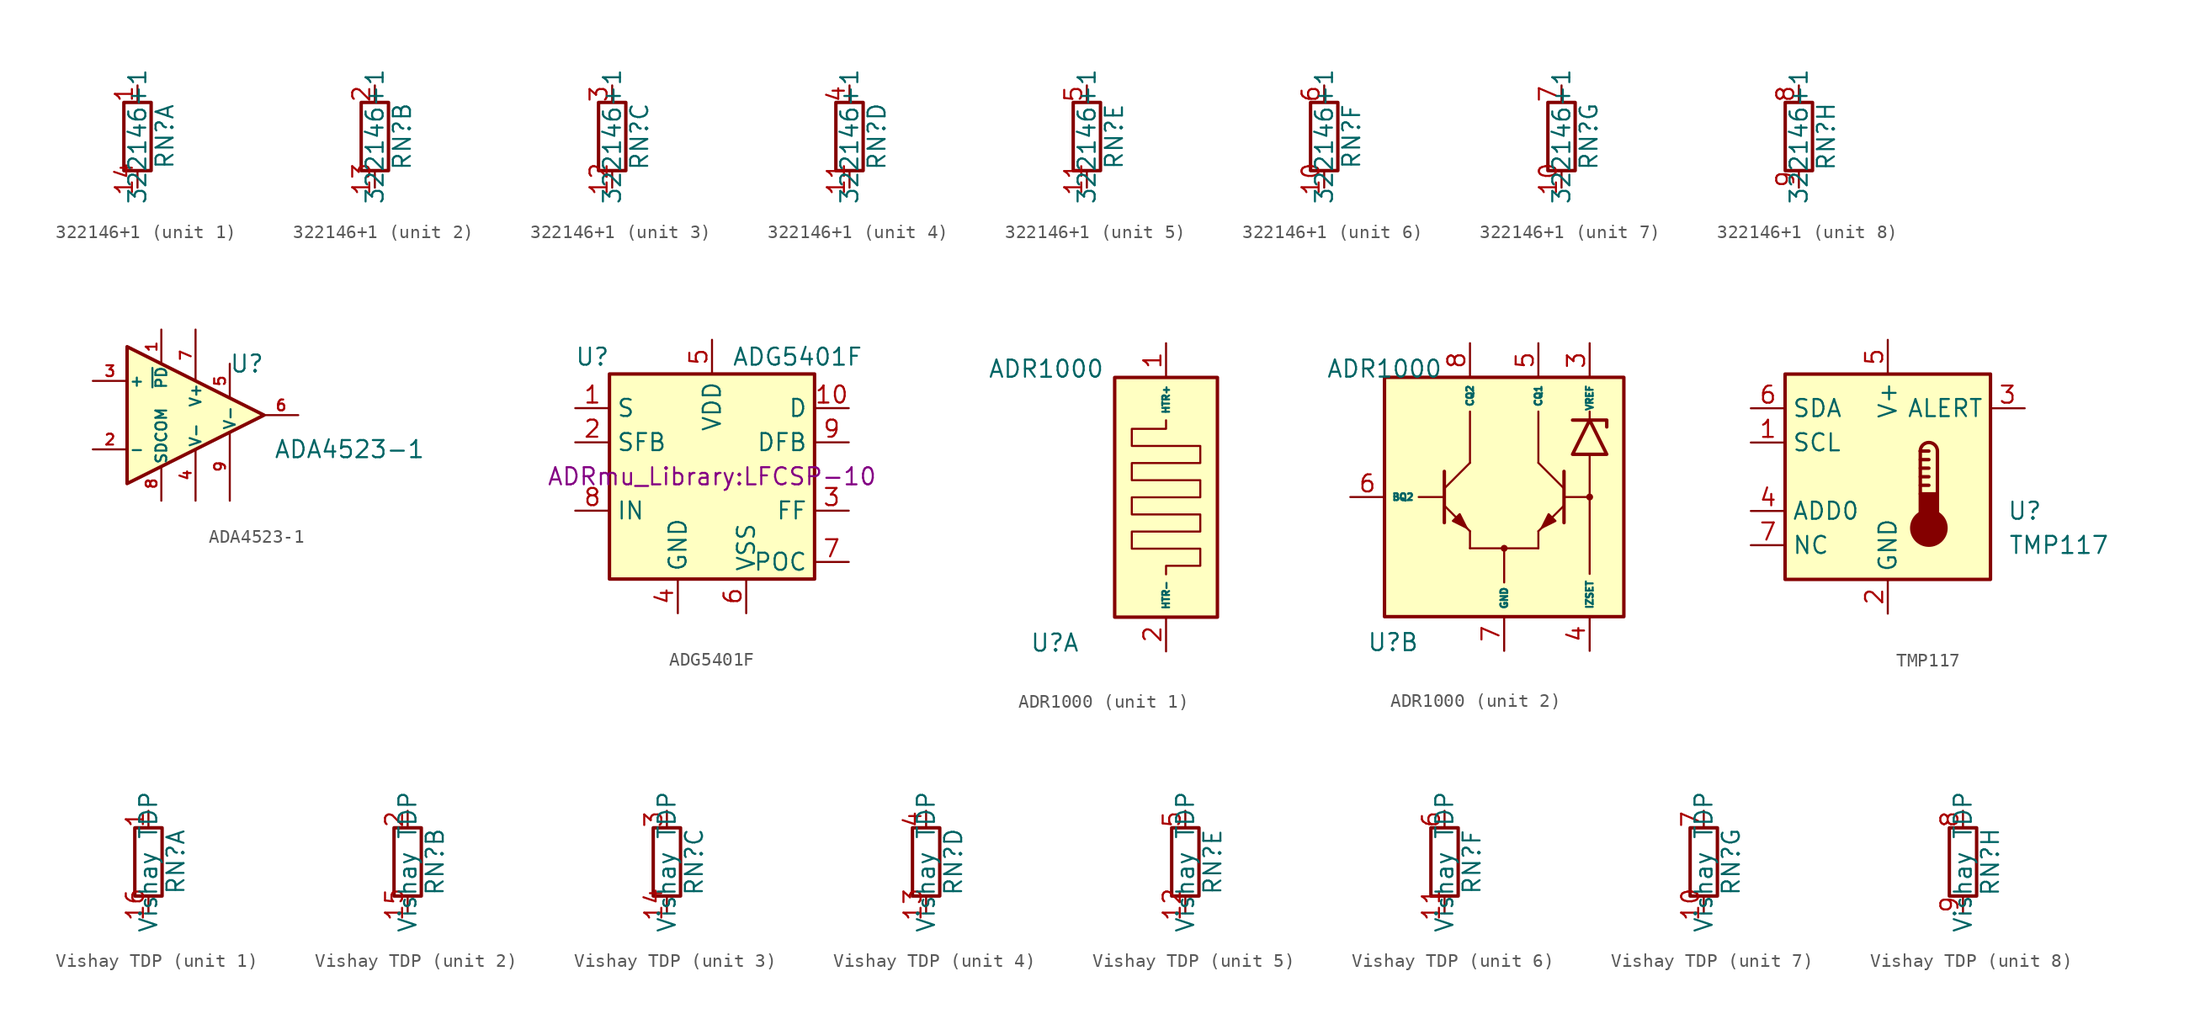
<source format=kicad_sym>
(kicad_symbol_lib
  (version 20211014)
  (generator kicad_symbol_editor)
  (symbol "322146+1"
    (pin_names
      (offset 0) hide)
    (property "Reference" "RN"
      (at 2.032 0 90)
      (effects (font (size 1.27 1.27))))
    (property "Value" "322146+1"
      (at 0 0 90)
      (effects (font (size 1.27 1.27))))
    (symbol "322146+1_0_1"
      (rectangle (start 1.016 2.54) (end -1.016 -2.54) (stroke (width 0.254) (type default) (color 0 0 0 0)) (fill (type none))))
    (symbol "322146+1_1_1"
      (pin passive line (at 0 3.81 270) (length 1.27) (name "1.1" (effects (font (size 1.27 1.27)))) (number "1" (effects (font (size 1.27 1.27)))))
      (pin passive line (at 0 -3.81 90) (length 1.27) (name "1.2" (effects (font (size 1.27 1.27)))) (number "14" (effects (font (size 1.27 1.27))))))
    (symbol "322146+1_2_1"
      (pin passive line (at 0 -3.81 90) (length 1.27) (name "R2.2" (effects (font (size 1.27 1.27)))) (number "13" (effects (font (size 1.27 1.27)))))
      (pin passive line (at 0 3.81 270) (length 1.27) (name "R2.1" (effects (font (size 1.27 1.27)))) (number "2" (effects (font (size 1.27 1.27))))))
    (symbol "322146+1_3_1"
      (pin passive line (at 0 -3.81 90) (length 1.27) (name "R3.2" (effects (font (size 1.27 1.27)))) (number "12" (effects (font (size 1.27 1.27)))))
      (pin passive line (at 0 3.81 270) (length 1.27) (name "R3.1" (effects (font (size 1.27 1.27)))) (number "3" (effects (font (size 1.27 1.27))))))
    (symbol "322146+1_4_1"
      (pin passive line (at 0 -3.81 90) (length 1.27) (name "R4.2" (effects (font (size 1.27 1.27)))) (number "11" (effects (font (size 1.27 1.27)))))
      (pin passive line (at 0 3.81 270) (length 1.27) (name "R4.1" (effects (font (size 1.27 1.27)))) (number "4" (effects (font (size 1.27 1.27))))))
    (symbol "322146+1_5_1"
      (pin passive line (at 0 -3.81 90) (length 1.27) (name "R5.2" (effects (font (size 1.27 1.27)))) (number "11" (effects (font (size 1.27 1.27)))))
      (pin passive line (at 0 3.81 270) (length 1.27) (name "R5.1" (effects (font (size 1.27 1.27)))) (number "5" (effects (font (size 1.27 1.27))))))
    (symbol "322146+1_6_1"
      (pin passive line (at 0 -3.81 90) (length 1.27) (name "R6.2" (effects (font (size 1.27 1.27)))) (number "10" (effects (font (size 1.27 1.27)))))
      (pin passive line (at 0 3.81 270) (length 1.27) (name "R6.1" (effects (font (size 1.27 1.27)))) (number "6" (effects (font (size 1.27 1.27))))))
    (symbol "322146+1_7_1"
      (pin passive line (at 0 -3.81 90) (length 1.27) (name "R7.2" (effects (font (size 1.27 1.27)))) (number "10" (effects (font (size 1.27 1.27)))))
      (pin passive line (at 0 3.81 270) (length 1.27) (name "R7.1" (effects (font (size 1.27 1.27)))) (number "7" (effects (font (size 1.27 1.27))))))
    (symbol "322146+1_8_1"
      (pin passive line (at 0 3.81 270) (length 1.27) (name "1.1" (effects (font (size 1.27 1.27)))) (number "8" (effects (font (size 1.27 1.27)))))
      (pin passive line (at 0 -3.81 90) (length 1.27) (name "8..2" (effects (font (size 1.27 1.27)))) (number "9" (effects (font (size 1.27 1.27)))))))
  (symbol "ADA4523-1"
    (pin_names
      (offset 0.127))
    (property "Reference" "U"
      (at 3.81 3.81 0)
      (effects (font (size 1.27 1.27))))
    (property "Value" "ADA4523-1"
      (at 11.43 -2.54 0)
      (effects (font (size 1.27 1.27))))
    (symbol "ADA4523-1_1_1"
      (polyline (pts (xy -5.08 5.08) (xy 5.08 0) (xy -5.08 -5.08) (xy -5.08 5.08)) (stroke (width 0.254) (type default) (color 0 0 0 0)) (fill (type background)))
      (pin input line (at -2.54 6.35 270) (length 2.54) (name "~{PD}" (effects (font (size 0.8 0.8)))) (number "1" (effects (font (size 0.8 0.8)))))
      (pin input line (at -7.62 -2.54 0) (length 2.54) (name "-" (effects (font (size 0.8 0.8)))) (number "2" (effects (font (size 0.8 0.8)))))
      (pin input line (at -7.62 2.54 0) (length 2.54) (name "+" (effects (font (size 0.8 0.8)))) (number "3" (effects (font (size 0.8 0.8)))))
      (pin power_in line (at 0 -6.35 90) (length 3.81) (name "V-" (effects (font (size 0.8 0.8)))) (number "4" (effects (font (size 0.8 0.8)))))
      (pin free line (at 2.54 3.81 270) (length 2.54) (name "" (effects (font (size 0.8 0.8)))) (number "5" (effects (font (size 0.8 0.8)))))
      (pin output line (at 7.62 0 180) (length 2.54) (name "~" (effects (font (size 0.8 0.8)))) (number "6" (effects (font (size 0.8 0.8)))))
      (pin power_in line (at 0 6.35 270) (length 3.81) (name "V+" (effects (font (size 0.8 0.8)))) (number "7" (effects (font (size 0.8 0.8)))))
      (pin passive line (at -2.54 -6.35 90) (length 2.54) (name "SDCOM" (effects (font (size 0.8 0.8)))) (number "8" (effects (font (size 0.8 0.8)))))
      (pin power_in line (at 2.54 -6.35 90) (length 5.08) (name "V-" (effects (font (size 0.8 0.8)))) (number "9" (effects (font (size 0.8 0.8)))))))
  (symbol "ADG5401F"
    (property "Reference" "U"
      (at -8.89 8.89 0)
      (effects (font (size 1.27 1.27))))
    (property "Value" "ADG5401F"
      (at 6.35 8.89 0)
      (effects (font (size 1.27 1.27))))
    (property "Footprint" "ADRmu_Library:LFCSP-10"
      (at 0 0 0)
      (effects (font (size 1.27 1.27))))
    (symbol "ADG5401F_0_0"
      (pin bidirectional line (at -10.16 5.08 0) (length 2.54) (name "S" (effects (font (size 1.27 1.27)))) (number "1" (effects (font (size 1.27 1.27)))))
      (pin bidirectional line (at 10.16 5.08 180) (length 2.54) (name "D" (effects (font (size 1.27 1.27)))) (number "10" (effects (font (size 1.27 1.27)))))
      (pin bidirectional line (at -10.16 2.54 0) (length 2.54) (name "SFB" (effects (font (size 1.27 1.27)))) (number "2" (effects (font (size 1.27 1.27)))))
      (pin open_collector line (at 10.16 -2.54 180) (length 2.54) (name "FF" (effects (font (size 1.27 1.27)))) (number "3" (effects (font (size 1.27 1.27)))))
      (pin power_in line (at -2.54 -10.16 90) (length 2.54) (name "GND" (effects (font (size 1.27 1.27)))) (number "4" (effects (font (size 1.27 1.27)))))
      (pin power_in line (at 0 10.16 270) (length 2.54) (name "VDD" (effects (font (size 1.27 1.27)))) (number "5" (effects (font (size 1.27 1.27)))))
      (pin power_in line (at 2.54 -10.16 90) (length 2.54) (name "VSS" (effects (font (size 1.27 1.27)))) (number "6" (effects (font (size 1.27 1.27)))))
      (pin input line (at 10.16 -6.35 180) (length 2.54) (name "POC" (effects (font (size 1.27 1.27)))) (number "7" (effects (font (size 1.27 1.27)))))
      (pin input line (at -10.16 -2.54 0) (length 2.54) (name "IN" (effects (font (size 1.27 1.27)))) (number "8" (effects (font (size 1.27 1.27)))))
      (pin bidirectional line (at 10.16 2.54 180) (length 2.54) (name "DFB" (effects (font (size 1.27 1.27)))) (number "9" (effects (font (size 1.27 1.27))))))
    (symbol "ADG5401F_0_1"
      (polyline (pts (xy -7.62 7.62) (xy 7.62 7.62) (xy 7.62 -7.62) (xy -7.62 -7.62) (xy -7.62 7.62)) (stroke (width 0.254) (type default) (color 0 0 0 0)) (fill (type background)))))
  (symbol "ADR1000"
    (property "Reference" "U"
      (at -8.255 -10.795 0)
      (effects (font (size 1.27 1.27))))
    (property "Value" "ADR1000"
      (at -8.89 9.525 0)
      (effects (font (size 1.27 1.27))))
    (property "ki_locked" ""
      (at 0 0 0)
      (effects (font (size 1.27 1.27))))
    (symbol "ADR1000_1_1"
      (rectangle (start -3.81 8.89) (end 3.81 -8.89) (stroke (width 0.254) (type default) (color 0 0 0 0)) (fill (type background)))
      (polyline (pts (xy 0 5.715) (xy 0 5.08) (xy -2.54 5.08) (xy -2.54 3.81) (xy 2.54 3.81) (xy 2.54 2.54) (xy -2.54 2.54) (xy -2.54 1.27) (xy 2.54 1.27) (xy 2.54 0) (xy -2.54 0) (xy -2.54 -1.27) (xy 2.54 -1.27) (xy 2.54 -2.54) (xy -2.54 -2.54) (xy -2.54 -3.81) (xy 2.54 -3.81) (xy 2.54 -5.08) (xy 0 -5.08) (xy 0 -5.715)) (stroke (width 0) (type default) (color 0 0 0 0)) (fill (type none)))
      (pin passive line (at 0 11.43 270) (length 2.54) (name "HTR+" (effects (font (size 0.508 0.508)))) (number "1" (effects (font (size 1.27 1.27)))))
      (pin passive line (at 0 -11.43 90) (length 2.54) (name "HTR-" (effects (font (size 0.508 0.508)))) (number "2" (effects (font (size 1.27 1.27))))))
    (symbol "ADR1000_2_1"
      (rectangle (start -8.89 8.89) (end 8.89 -8.89) (stroke (width 0.254) (type default) (color 0 0 0 0)) (fill (type background)))
      (circle (center 0 -3.81) (radius 0.0001) (stroke (width 0.508) (type default) (color 0 0 0 0)) (fill (type outline)))
      (polyline (pts (xy -4.445 0) (xy -6.35 0)) (stroke (width 0) (type default) (color 0 0 0 0)) (fill (type none)))
      (polyline (pts (xy -4.445 0.635) (xy -2.54 2.54)) (stroke (width 0) (type default) (color 0 0 0 0)) (fill (type none)))
      (polyline (pts (xy -2.54 -3.81) (xy 2.54 -3.81)) (stroke (width 0) (type default) (color 0 0 0 0)) (fill (type none)))
      (polyline (pts (xy -2.54 -2.54) (xy -2.54 -3.81)) (stroke (width 0) (type default) (color 0 0 0 0)) (fill (type none)))
      (polyline (pts (xy -2.54 2.54) (xy -2.54 6.35)) (stroke (width 0) (type default) (color 0 0 0 0)) (fill (type none)))
      (polyline (pts (xy 0 -3.81) (xy 0 -6.35)) (stroke (width 0) (type default) (color 0 0 0 0)) (fill (type none)))
      (polyline (pts (xy 2.54 -3.81) (xy 2.54 -2.54)) (stroke (width 0) (type default) (color 0 0 0 0)) (fill (type none)))
      (polyline (pts (xy 2.54 2.54) (xy 2.54 6.35)) (stroke (width 0) (type default) (color 0 0 0 0)) (fill (type none)))
      (polyline (pts (xy 4.445 0.635) (xy 2.54 2.54)) (stroke (width 0) (type default) (color 0 0 0 0)) (fill (type none)))
      (polyline (pts (xy 6.35 0) (xy 4.445 0)) (stroke (width 0) (type default) (color 0 0 0 0)) (fill (type none)))
      (polyline (pts (xy 6.35 3.175) (xy 6.35 -5.715)) (stroke (width 0) (type default) (color 0 0 0 0)) (fill (type none)))
      (polyline (pts (xy 6.35 5.715) (xy 6.35 6.35)) (stroke (width 0) (type default) (color 0 0 0 0)) (fill (type none)))
      (polyline (pts (xy -4.445 -0.635) (xy -2.54 -2.54) (xy -2.54 -2.54)) (stroke (width 0) (type default) (color 0 0 0 0)) (fill (type none)))
      (polyline (pts (xy -4.445 1.905) (xy -4.445 -1.905) (xy -4.445 -1.905)) (stroke (width 0.254) (type default) (color 0 0 0 0)) (fill (type none)))
      (polyline (pts (xy 4.445 -0.635) (xy 2.54 -2.54) (xy 2.54 -2.54)) (stroke (width 0) (type default) (color 0 0 0 0)) (fill (type none)))
      (polyline (pts (xy 4.445 1.905) (xy 4.445 -1.905) (xy 4.445 -1.905)) (stroke (width 0.254) (type default) (color 0 0 0 0)) (fill (type none)))
      (polyline (pts (xy 5.08 5.715) (xy 7.62 5.715) (xy 7.62 5.207)) (stroke (width 0.254) (type default) (color 0 0 0 0)) (fill (type none)))
      (polyline (pts (xy 5.08 3.175) (xy 7.62 3.175) (xy 6.35 5.715) (xy 5.08 3.175)) (stroke (width 0.254) (type default) (color 0 0 0 0)) (fill (type none)))
      (polyline (pts (xy -3.81 -1.778) (xy -3.302 -1.27) (xy -2.794 -2.286) (xy -3.81 -1.778) (xy -3.81 -1.778)) (stroke (width 0) (type default) (color 0 0 0 0)) (fill (type outline)))
      (polyline (pts (xy 3.81 -1.778) (xy 3.302 -1.27) (xy 2.794 -2.286) (xy 3.81 -1.778) (xy 3.81 -1.778)) (stroke (width 0) (type default) (color 0 0 0 0)) (fill (type outline)))
      (circle (center 6.35 0) (radius 0.0001) (stroke (width 0.508) (type default) (color 0 0 0 0)) (fill (type outline)))
      (pin passive line (at 6.35 11.43 270) (length 2.54) (name "VREF" (effects (font (size 0.508 0.508)))) (number "3" (effects (font (size 1.27 1.27)))))
      (pin passive line (at 6.35 -11.43 90) (length 2.54) (name "IZSET" (effects (font (size 0.508 0.508)))) (number "4" (effects (font (size 1.27 1.27)))))
      (pin passive line (at 2.54 11.43 270) (length 2.54) (name "CQ1" (effects (font (size 0.508 0.508)))) (number "5" (effects (font (size 1.27 1.27)))))
      (pin passive line (at -11.43 0 0) (length 2.54) (name "BQ2" (effects (font (size 0.508 0.508)))) (number "6" (effects (font (size 1.27 1.27)))))
      (pin passive line (at 0 -11.43 90) (length 2.54) (name "GND" (effects (font (size 0.508 0.508)))) (number "7" (effects (font (size 1.27 1.27)))))
      (pin passive line (at -2.54 11.43 270) (length 2.54) (name "CQ2" (effects (font (size 0.508 0.508)))) (number "8" (effects (font (size 1.27 1.27)))))))
  (symbol "TMP117"
    (property "Reference" "U"
      (at 10.16 -2.54 0)
      (effects (font (size 1.27 1.27))))
    (property "Value" "TMP117"
      (at 12.7 -5.08 0)
      (effects (font (size 1.27 1.27))))
    (symbol "TMP117_0_1"
      (rectangle (start -7.62 7.62) (end 7.62 -7.62) (stroke (width 0.254) (type default) (color 0 0 0 0)) (fill (type background))))
    (symbol "TMP117_1_1"
      (polyline (pts (xy 2.413 -0.635) (xy 3.048 -0.635)) (stroke (width 0.254) (type default) (color 0 0 0 0)) (fill (type none)))
      (polyline (pts (xy 2.413 0) (xy 3.048 0)) (stroke (width 0.254) (type default) (color 0 0 0 0)) (fill (type none)))
      (polyline (pts (xy 2.413 0.635) (xy 3.048 0.635)) (stroke (width 0.254) (type default) (color 0 0 0 0)) (fill (type none)))
      (polyline (pts (xy 2.413 1.27) (xy 3.048 1.27)) (stroke (width 0.254) (type default) (color 0 0 0 0)) (fill (type none)))
      (polyline (pts (xy 2.413 1.905) (xy 2.413 -1.27)) (stroke (width 0.254) (type default) (color 0 0 0 0)) (fill (type none)))
      (polyline (pts (xy 2.413 1.905) (xy 3.048 1.905)) (stroke (width 0.254) (type default) (color 0 0 0 0)) (fill (type none)))
      (polyline (pts (xy 3.683 1.905) (xy 3.683 -1.27)) (stroke (width 0.254) (type default) (color 0 0 0 0)) (fill (type none)))
      (circle (center 3.048 -3.81) (radius 1.27) (stroke (width 0.254) (type default) (color 0 0 0 0)) (fill (type outline)))
      (rectangle (start 3.683 -3.175) (end 2.413 -1.27) (stroke (width 0.254) (type default) (color 0 0 0 0)) (fill (type outline)))
      (arc (start 3.683 1.905) (mid 3.048 2.54) (end 2.413 1.905) (stroke (width 0.254) (type default) (color 0 0 0 0)) (fill (type none)))
      (pin input line (at -10.16 2.54 0) (length 2.54) (name "SCL" (effects (font (size 1.27 1.27)))) (number "1" (effects (font (size 1.27 1.27)))))
      (pin power_in line (at 0 -10.16 90) (length 2.54) (name "GND" (effects (font (size 1.27 1.27)))) (number "2" (effects (font (size 1.27 1.27)))))
      (pin open_collector line (at 10.16 5.08 180) (length 2.54) (name "ALERT" (effects (font (size 1.27 1.27)))) (number "3" (effects (font (size 1.27 1.27)))))
      (pin input line (at -10.16 -2.54 0) (length 2.54) (name "ADD0" (effects (font (size 1.27 1.27)))) (number "4" (effects (font (size 1.27 1.27)))))
      (pin power_in line (at 0 10.16 270) (length 2.54) (name "V+" (effects (font (size 1.27 1.27)))) (number "5" (effects (font (size 1.27 1.27)))))
      (pin bidirectional line (at -10.16 5.08 0) (length 2.54) (name "SDA" (effects (font (size 1.27 1.27)))) (number "6" (effects (font (size 1.27 1.27)))))
      (pin free line (at -10.16 -5.08 0) (length 2.54) (name "NC" (effects (font (size 1.27 1.27)))) (number "7" (effects (font (size 1.27 1.27)))))))
  (symbol "Vishay TDP"
    (pin_names
      (offset 0) hide)
    (property "Reference" "RN"
      (at 2.032 0 90)
      (effects (font (size 1.27 1.27))))
    (property "Value" "Vishay TDP"
      (at 0 0 90)
      (effects (font (size 1.27 1.27))))
    (symbol "Vishay TDP_0_1"
      (rectangle (start 1.016 2.54) (end -1.016 -2.54) (stroke (width 0.254) (type default) (color 0 0 0 0)) (fill (type none))))
    (symbol "Vishay TDP_1_1"
      (pin passive line (at 0 3.81 270) (length 1.27) (name "1.1" (effects (font (size 1.27 1.27)))) (number "1" (effects (font (size 1.27 1.27)))))
      (pin passive line (at 0 -3.81 90) (length 1.27) (name "1.2" (effects (font (size 1.27 1.27)))) (number "16" (effects (font (size 1.27 1.27))))))
    (symbol "Vishay TDP_2_1"
      (pin passive line (at 0 -3.81 90) (length 1.27) (name "R2.2" (effects (font (size 1.27 1.27)))) (number "15" (effects (font (size 1.27 1.27)))))
      (pin passive line (at 0 3.81 270) (length 1.27) (name "R2.1" (effects (font (size 1.27 1.27)))) (number "2" (effects (font (size 1.27 1.27))))))
    (symbol "Vishay TDP_3_1"
      (pin passive line (at 0 -3.81 90) (length 1.27) (name "R3.2" (effects (font (size 1.27 1.27)))) (number "14" (effects (font (size 1.27 1.27)))))
      (pin passive line (at 0 3.81 270) (length 1.27) (name "R3.1" (effects (font (size 1.27 1.27)))) (number "3" (effects (font (size 1.27 1.27))))))
    (symbol "Vishay TDP_4_1"
      (pin passive line (at 0 -3.81 90) (length 1.27) (name "R4.2" (effects (font (size 1.27 1.27)))) (number "13" (effects (font (size 1.27 1.27)))))
      (pin passive line (at 0 3.81 270) (length 1.27) (name "R4.1" (effects (font (size 1.27 1.27)))) (number "4" (effects (font (size 1.27 1.27))))))
    (symbol "Vishay TDP_5_1"
      (pin passive line (at 0 -3.81 90) (length 1.27) (name "R5.2" (effects (font (size 1.27 1.27)))) (number "12" (effects (font (size 1.27 1.27)))))
      (pin passive line (at 0 3.81 270) (length 1.27) (name "R5.1" (effects (font (size 1.27 1.27)))) (number "5" (effects (font (size 1.27 1.27))))))
    (symbol "Vishay TDP_6_1"
      (pin passive line (at 0 -3.81 90) (length 1.27) (name "R6.2" (effects (font (size 1.27 1.27)))) (number "11" (effects (font (size 1.27 1.27)))))
      (pin passive line (at 0 3.81 270) (length 1.27) (name "R6.1" (effects (font (size 1.27 1.27)))) (number "6" (effects (font (size 1.27 1.27))))))
    (symbol "Vishay TDP_7_1"
      (pin passive line (at 0 -3.81 90) (length 1.27) (name "R7.2" (effects (font (size 1.27 1.27)))) (number "10" (effects (font (size 1.27 1.27)))))
      (pin passive line (at 0 3.81 270) (length 1.27) (name "R7.1" (effects (font (size 1.27 1.27)))) (number "7" (effects (font (size 1.27 1.27))))))
    (symbol "Vishay TDP_8_1"
      (pin passive line (at 0 3.81 270) (length 1.27) (name "1.1" (effects (font (size 1.27 1.27)))) (number "8" (effects (font (size 1.27 1.27)))))
      (pin passive line (at 0 -3.81 90) (length 1.27) (name "8..2" (effects (font (size 1.27 1.27)))) (number "9" (effects (font (size 1.27 1.27))))))))
</source>
